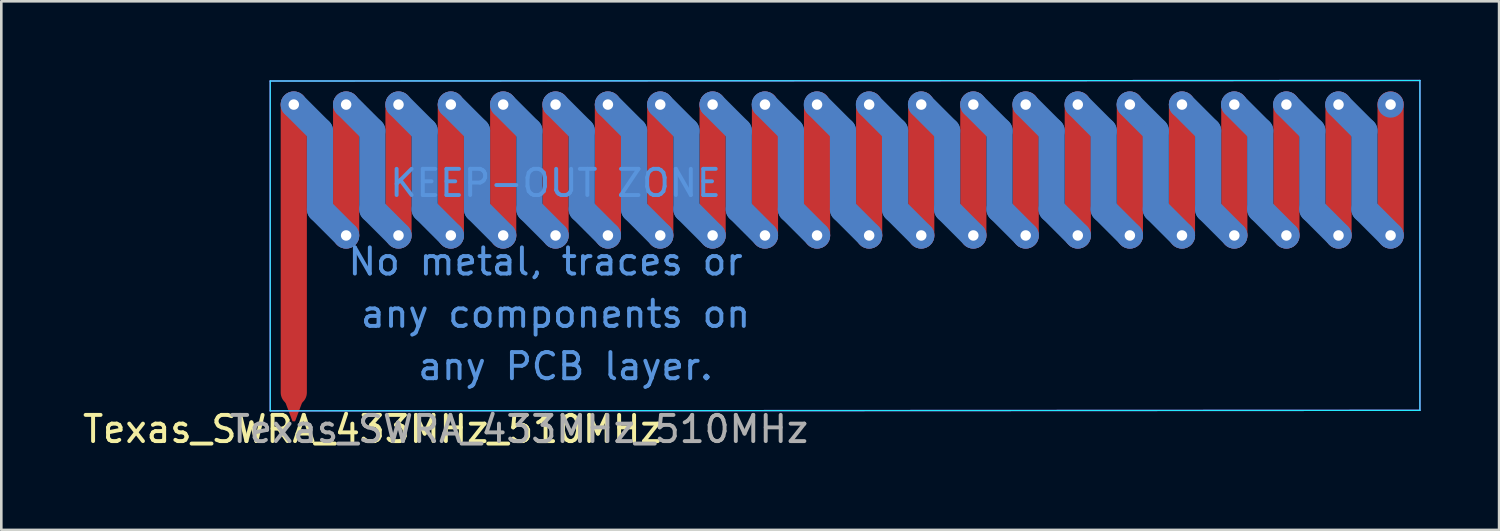
<source format=kicad_pcb>
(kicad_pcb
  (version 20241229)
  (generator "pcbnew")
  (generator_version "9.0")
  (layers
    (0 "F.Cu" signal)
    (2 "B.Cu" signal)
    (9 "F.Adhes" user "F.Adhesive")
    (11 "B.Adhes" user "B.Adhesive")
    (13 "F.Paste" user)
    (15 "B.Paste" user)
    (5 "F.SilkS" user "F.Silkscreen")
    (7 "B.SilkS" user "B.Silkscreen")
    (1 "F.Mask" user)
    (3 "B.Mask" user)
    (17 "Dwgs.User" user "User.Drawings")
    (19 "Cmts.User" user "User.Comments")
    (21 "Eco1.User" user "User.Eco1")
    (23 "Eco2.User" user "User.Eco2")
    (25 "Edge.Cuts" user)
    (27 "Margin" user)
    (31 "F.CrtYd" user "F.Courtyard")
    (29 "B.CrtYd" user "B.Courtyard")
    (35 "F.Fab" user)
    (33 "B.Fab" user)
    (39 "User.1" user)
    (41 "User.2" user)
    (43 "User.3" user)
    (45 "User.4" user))
  (footprint "Texas_SWRA_433MHz_510MHz"
    (layer "F.Cu")
    (at 17.173 6.745)
    (property "Reference" "Texas_SWRA_433MHz_510MHz" (at -6 6.6 0) (layer "F.SilkS") (effects (font (size 1 1) (thickness 0.15))))
    (attr smd)
    (fp_line (start -9 5.2) (end -9 -5.8) (stroke (width 1) (type solid)) (layer "F.Cu"))
    (fp_line (start -7 -5.8) (end -7 -0.8) (stroke (width 1) (type solid)) (layer "F.Cu"))
    (fp_line (start -5 -5.8) (end -5 -0.8) (stroke (width 1) (type solid)) (layer "F.Cu"))
    (fp_line (start -3 -5.8) (end -3 -0.8) (stroke (width 1) (type solid)) (layer "F.Cu"))
    (fp_line (start -1 -5.8) (end -1 -0.8) (stroke (width 1) (type solid)) (layer "F.Cu"))
    (fp_line (start 1 -5.8) (end 1 -0.8) (stroke (width 1) (type solid)) (layer "F.Cu"))
    (fp_line (start 3 -5.8) (end 3 -0.8) (stroke (width 1) (type solid)) (layer "F.Cu"))
    (fp_line (start 5 -5.8) (end 5 -0.8) (stroke (width 1) (type solid)) (layer "F.Cu"))
    (fp_line (start 7 -5.8) (end 7 -0.8) (stroke (width 1) (type solid)) (layer "F.Cu"))
    (fp_line (start 9 -5.8) (end 9 -0.8) (stroke (width 1) (type solid)) (layer "F.Cu"))
    (fp_line (start 10.99 -5.8) (end 10.99 -0.8) (stroke (width 1) (type solid)) (layer "F.Cu"))
    (fp_line (start 12.98 -5.8) (end 12.98 -0.8) (stroke (width 1) (type solid)) (layer "F.Cu"))
    (fp_line (start 14.97 -5.8) (end 14.97 -0.8) (stroke (width 1) (type solid)) (layer "F.Cu"))
    (fp_line (start 16.96 -5.8) (end 16.96 -0.8) (stroke (width 1) (type solid)) (layer "F.Cu"))
    (fp_line (start 18.96 -5.8) (end 18.96 -0.8) (stroke (width 1) (type solid)) (layer "F.Cu"))
    (fp_line (start 20.95 -5.8) (end 20.95 -0.8) (stroke (width 1) (type solid)) (layer "F.Cu"))
    (fp_line (start 22.94 -5.8) (end 22.94 -0.8) (stroke (width 1) (type solid)) (layer "F.Cu"))
    (fp_line (start 24.93 -5.8) (end 24.93 -0.8) (stroke (width 1) (type solid)) (layer "F.Cu"))
    (fp_line (start 26.93 -5.8) (end 26.93 -0.8) (stroke (width 1) (type solid)) (layer "F.Cu"))
    (fp_line (start 28.92 -5.8) (end 28.92 -0.8) (stroke (width 1) (type solid)) (layer "F.Cu"))
    (fp_line (start 30.91 -5.8) (end 30.91 -0.8) (stroke (width 1) (type solid)) (layer "F.Cu"))
    (fp_line (start 32.9 -5.8) (end 32.9 -0.8) (stroke (width 1) (type solid)) (layer "F.Cu"))
    (fp_line (start -9 -5.8) (end -8 -4.8) (stroke (width 1) (type solid)) (layer "B.Cu"))
    (fp_line (start -8 -4.8) (end -8 -1.8) (stroke (width 1) (type solid)) (layer "B.Cu"))
    (fp_line (start -8 -1.8) (end -7 -0.8) (stroke (width 1) (type solid)) (layer "B.Cu"))
    (fp_line (start -7 -5.8) (end -6 -4.8) (stroke (width 1) (type solid)) (layer "B.Cu"))
    (fp_line (start -6 -4.8) (end -6 -1.8) (stroke (width 1) (type solid)) (layer "B.Cu"))
    (fp_line (start -6 -1.8) (end -5 -0.8) (stroke (width 1) (type solid)) (layer "B.Cu"))
    (fp_line (start -5 -5.8) (end -4 -4.8) (stroke (width 1) (type solid)) (layer "B.Cu"))
    (fp_line (start -4 -4.8) (end -4 -1.8) (stroke (width 1) (type solid)) (layer "B.Cu"))
    (fp_line (start -4 -1.8) (end -3 -0.8) (stroke (width 1) (type solid)) (layer "B.Cu"))
    (fp_line (start -3 -5.8) (end -2 -4.8) (stroke (width 1) (type solid)) (layer "B.Cu"))
    (fp_line (start -2 -4.8) (end -2 -1.8) (stroke (width 1) (type solid)) (layer "B.Cu"))
    (fp_line (start -2 -1.8) (end -1 -0.8) (stroke (width 1) (type solid)) (layer "B.Cu"))
    (fp_line (start -1 -5.8) (end 0 -4.8) (stroke (width 1) (type solid)) (layer "B.Cu"))
    (fp_line (start 0 -4.8) (end 0 -1.8) (stroke (width 1) (type solid)) (layer "B.Cu"))
    (fp_line (start 0 -1.8) (end 1 -0.8) (stroke (width 1) (type solid)) (layer "B.Cu"))
    (fp_line (start 1 -5.8) (end 2 -4.8) (stroke (width 1) (type solid)) (layer "B.Cu"))
    (fp_line (start 2 -4.8) (end 2 -1.8) (stroke (width 1) (type solid)) (layer "B.Cu"))
    (fp_line (start 2 -1.8) (end 3 -0.8) (stroke (width 1) (type solid)) (layer "B.Cu"))
    (fp_line (start 3 -5.8) (end 4 -4.8) (stroke (width 1) (type solid)) (layer "B.Cu"))
    (fp_line (start 4 -4.8) (end 4 -1.8) (stroke (width 1) (type solid)) (layer "B.Cu"))
    (fp_line (start 4 -1.8) (end 5 -0.8) (stroke (width 1) (type solid)) (layer "B.Cu"))
    (fp_line (start 5 -5.8) (end 6 -4.8) (stroke (width 1) (type solid)) (layer "B.Cu"))
    (fp_line (start 6 -4.8) (end 6 -1.8) (stroke (width 1) (type solid)) (layer "B.Cu"))
    (fp_line (start 6 -1.8) (end 7 -0.8) (stroke (width 1) (type solid)) (layer "B.Cu"))
    (fp_line (start 7 -5.8) (end 8 -4.8) (stroke (width 1) (type solid)) (layer "B.Cu"))
    (fp_line (start 8 -4.8) (end 8 -1.8) (stroke (width 1) (type solid)) (layer "B.Cu"))
    (fp_line (start 8 -1.8) (end 9 -0.8) (stroke (width 1) (type solid)) (layer "B.Cu"))
    (fp_line (start 8.99 -5.8) (end 9.99 -4.8) (stroke (width 1) (type solid)) (layer "B.Cu"))
    (fp_line (start 9.99 -4.8) (end 9.99 -1.8) (stroke (width 1) (type solid)) (layer "B.Cu"))
    (fp_line (start 9.99 -1.8) (end 10.99 -0.8) (stroke (width 1) (type solid)) (layer "B.Cu"))
    (fp_line (start 10.98 -5.8) (end 11.98 -4.8) (stroke (width 1) (type solid)) (layer "B.Cu"))
    (fp_line (start 11.98 -4.8) (end 11.98 -1.8) (stroke (width 1) (type solid)) (layer "B.Cu"))
    (fp_line (start 11.98 -1.8) (end 12.98 -0.8) (stroke (width 1) (type solid)) (layer "B.Cu"))
    (fp_line (start 12.97 -5.8) (end 13.97 -4.8) (stroke (width 1) (type solid)) (layer "B.Cu"))
    (fp_line (start 13.97 -4.8) (end 13.97 -1.8) (stroke (width 1) (type solid)) (layer "B.Cu"))
    (fp_line (start 13.97 -1.8) (end 14.97 -0.8) (stroke (width 1) (type solid)) (layer "B.Cu"))
    (fp_line (start 14.96 -5.8) (end 15.96 -4.8) (stroke (width 1) (type solid)) (layer "B.Cu"))
    (fp_line (start 15.96 -4.8) (end 15.96 -1.8) (stroke (width 1) (type solid)) (layer "B.Cu"))
    (fp_line (start 15.96 -1.8) (end 16.96 -0.8) (stroke (width 1) (type solid)) (layer "B.Cu"))
    (fp_line (start 16.96 -5.8) (end 17.96 -4.8) (stroke (width 1) (type solid)) (layer "B.Cu"))
    (fp_line (start 17.96 -4.8) (end 17.96 -1.8) (stroke (width 1) (type solid)) (layer "B.Cu"))
    (fp_line (start 17.96 -1.8) (end 18.96 -0.8) (stroke (width 1) (type solid)) (layer "B.Cu"))
    (fp_line (start 18.95 -5.8) (end 19.95 -4.8) (stroke (width 1) (type solid)) (layer "B.Cu"))
    (fp_line (start 19.95 -4.8) (end 19.95 -1.8) (stroke (width 1) (type solid)) (layer "B.Cu"))
    (fp_line (start 19.95 -1.8) (end 20.95 -0.8) (stroke (width 1) (type solid)) (layer "B.Cu"))
    (fp_line (start 20.94 -5.8) (end 21.94 -4.8) (stroke (width 1) (type solid)) (layer "B.Cu"))
    (fp_line (start 21.94 -4.8) (end 21.94 -1.8) (stroke (width 1) (type solid)) (layer "B.Cu"))
    (fp_line (start 21.94 -1.8) (end 22.94 -0.8) (stroke (width 1) (type solid)) (layer "B.Cu"))
    (fp_line (start 22.93 -5.8) (end 23.93 -4.8) (stroke (width 1) (type solid)) (layer "B.Cu"))
    (fp_line (start 23.93 -4.8) (end 23.93 -1.8) (stroke (width 1) (type solid)) (layer "B.Cu"))
    (fp_line (start 23.93 -1.8) (end 24.93 -0.8) (stroke (width 1) (type solid)) (layer "B.Cu"))
    (fp_line (start 24.93 -5.8) (end 25.93 -4.8) (stroke (width 1) (type solid)) (layer "B.Cu"))
    (fp_line (start 25.93 -4.8) (end 25.93 -1.8) (stroke (width 1) (type solid)) (layer "B.Cu"))
    (fp_line (start 25.93 -1.8) (end 26.93 -0.8) (stroke (width 1) (type solid)) (layer "B.Cu"))
    (fp_line (start 26.92 -5.8) (end 27.92 -4.8) (stroke (width 1) (type solid)) (layer "B.Cu"))
    (fp_line (start 27.92 -4.8) (end 27.92 -1.8) (stroke (width 1) (type solid)) (layer "B.Cu"))
    (fp_line (start 27.92 -1.8) (end 28.92 -0.8) (stroke (width 1) (type solid)) (layer "B.Cu"))
    (fp_line (start 28.91 -5.8) (end 29.91 -4.8) (stroke (width 1) (type solid)) (layer "B.Cu"))
    (fp_line (start 29.91 -4.8) (end 29.91 -1.8) (stroke (width 1) (type solid)) (layer "B.Cu"))
    (fp_line (start 29.91 -1.8) (end 30.91 -0.8) (stroke (width 1) (type solid)) (layer "B.Cu"))
    (fp_line (start 30.9 -5.8) (end 31.9 -4.8) (stroke (width 1) (type solid)) (layer "B.Cu"))
    (fp_line (start 31.9 -4.8) (end 31.9 -1.8) (stroke (width 1) (type solid)) (layer "B.Cu"))
    (fp_line (start 31.9 -1.8) (end 32.9 -0.8) (stroke (width 1) (type solid)) (layer "B.Cu"))
    (fp_line (start -9.9 -6.7) (end -9.9 5.9) (stroke (width 0.05) (type solid)) (layer "B.CrtYd"))
    (fp_line (start -9.9 5.9) (end 34.02 5.88) (stroke (width 0.05) (type solid)) (layer "B.CrtYd"))
    (fp_line (start 34.02 -6.72) (end -9.9 -6.7) (stroke (width 0.05) (type solid)) (layer "B.CrtYd"))
    (fp_line (start 34.02 5.88) (end 34.02 -6.72) (stroke (width 0.05) (type solid)) (layer "B.CrtYd"))
    (fp_line (start -9.9 -6.7) (end -9.9 5.9) (stroke (width 0.05) (type solid)) (layer "F.CrtYd"))
    (fp_line (start -9.9 5.9) (end 34.02 5.88) (stroke (width 0.05) (type solid)) (layer "F.CrtYd"))
    (fp_line (start 34.02 -6.72) (end -9.9 -6.7) (stroke (width 0.05) (type solid)) (layer "F.CrtYd"))
    (fp_line (start 34.02 5.88) (end 34.02 -6.72) (stroke (width 0.05) (type solid)) (layer "F.CrtYd"))
    (fp_text user "any components on" (at 1 2.2 0) (layer "Cmts.User") (effects (font (size 1 1) (thickness 0.15))))
    (fp_text user "KEEP-OUT ZONE" (at 1 -2.8 0) (layer "Cmts.User") (effects (font (size 1 1) (thickness 0.15))))
    (fp_text user "No metal, traces or " (at 1 0.2 0) (layer "Cmts.User") (effects (font (size 1 1) (thickness 0.15))))
    (fp_text user " any PCB layer." (at 1 4.2 0) (layer "Cmts.User") (effects (font (size 1 1) (thickness 0.15))))
    (fp_text user "${REFERENCE}" (at -0.4 6.6 0) (layer "F.Fab") (effects (font (size 1 1) (thickness 0.15))))
    (pad "" thru_hole circle (at -9 -5.8 180) (size 1 1) (drill 0.4) (layers "*.Cu"))
    (pad "" thru_hole circle (at -7 -5.8 180) (size 1 1) (drill 0.4) (layers "*.Cu"))
    (pad "" thru_hole circle (at -7 -0.8 180) (size 1 1) (drill 0.4) (layers "*.Cu"))
    (pad "" thru_hole circle (at -5 -5.8 180) (size 1 1) (drill 0.4) (layers "*.Cu"))
    (pad "" thru_hole circle (at -5 -0.8 180) (size 1 1) (drill 0.4) (layers "*.Cu"))
    (pad "" thru_hole circle (at -3 -5.8 180) (size 1 1) (drill 0.4) (layers "*.Cu"))
    (pad "" thru_hole circle (at -3 -0.8 180) (size 1 1) (drill 0.4) (layers "*.Cu"))
    (pad "" thru_hole circle (at -1 -5.8 180) (size 1 1) (drill 0.4) (layers "*.Cu"))
    (pad "" thru_hole circle (at -1 -0.8 180) (size 1 1) (drill 0.4) (layers "*.Cu"))
    (pad "" thru_hole circle (at 1 -5.8 180) (size 1 1) (drill 0.4) (layers "*.Cu"))
    (pad "" thru_hole circle (at 1 -0.8 180) (size 1 1) (drill 0.4) (layers "*.Cu"))
    (pad "" thru_hole circle (at 3 -5.8 180) (size 1 1) (drill 0.4) (layers "*.Cu"))
    (pad "" thru_hole circle (at 3 -0.8 180) (size 1 1) (drill 0.4) (layers "*.Cu"))
    (pad "" thru_hole circle (at 5 -5.8 180) (size 1 1) (drill 0.4) (layers "*.Cu"))
    (pad "" thru_hole circle (at 5 -0.8 180) (size 1 1) (drill 0.4) (layers "*.Cu"))
    (pad "" thru_hole circle (at 7 -5.8 180) (size 1 1) (drill 0.4) (layers "*.Cu"))
    (pad "" thru_hole circle (at 7 -0.8 180) (size 1 1) (drill 0.4) (layers "*.Cu"))
    (pad "" thru_hole circle (at 9 -5.8 180) (size 1 1) (drill 0.4) (layers "*.Cu"))
    (pad "" thru_hole circle (at 9 -0.8 180) (size 1 1) (drill 0.4) (layers "*.Cu"))
    (pad "" thru_hole circle (at 10.99 -5.8 180) (size 1 1) (drill 0.4) (layers "*.Cu"))
    (pad "" thru_hole circle (at 10.99 -0.8 180) (size 1 1) (drill 0.4) (layers "*.Cu"))
    (pad "" thru_hole circle (at 12.98 -5.8 180) (size 1 1) (drill 0.4) (layers "*.Cu"))
    (pad "" thru_hole circle (at 12.98 -0.8 180) (size 1 1) (drill 0.4) (layers "*.Cu"))
    (pad "" thru_hole circle (at 14.97 -5.8 180) (size 1 1) (drill 0.4) (layers "*.Cu"))
    (pad "" thru_hole circle (at 14.97 -0.8 180) (size 1 1) (drill 0.4) (layers "*.Cu"))
    (pad "" thru_hole circle (at 16.96 -5.8 180) (size 1 1) (drill 0.4) (layers "*.Cu"))
    (pad "" thru_hole circle (at 16.96 -0.8 180) (size 1 1) (drill 0.4) (layers "*.Cu"))
    (pad "" thru_hole circle (at 18.96 -5.8 180) (size 1 1) (drill 0.4) (layers "*.Cu"))
    (pad "" thru_hole circle (at 18.96 -0.8 180) (size 1 1) (drill 0.4) (layers "*.Cu"))
    (pad "" thru_hole circle (at 20.95 -5.8 180) (size 1 1) (drill 0.4) (layers "*.Cu"))
    (pad "" thru_hole circle (at 20.95 -0.8 180) (size 1 1) (drill 0.4) (layers "*.Cu"))
    (pad "" thru_hole circle (at 22.94 -5.8 180) (size 1 1) (drill 0.4) (layers "*.Cu"))
    (pad "" thru_hole circle (at 22.94 -0.8 180) (size 1 1) (drill 0.4) (layers "*.Cu"))
    (pad "" thru_hole circle (at 24.93 -5.8 180) (size 1 1) (drill 0.4) (layers "*.Cu"))
    (pad "" thru_hole circle (at 24.93 -0.8 180) (size 1 1) (drill 0.4) (layers "*.Cu"))
    (pad "" thru_hole circle (at 26.93 -5.8 180) (size 1 1) (drill 0.4) (layers "*.Cu"))
    (pad "" thru_hole circle (at 26.93 -0.8 180) (size 1 1) (drill 0.4) (layers "*.Cu"))
    (pad "" thru_hole circle (at 28.92 -5.8 180) (size 1 1) (drill 0.4) (layers "*.Cu"))
    (pad "" thru_hole circle (at 28.92 -0.8 180) (size 1 1) (drill 0.4) (layers "*.Cu"))
    (pad "" thru_hole circle (at 30.91 -5.8 180) (size 1 1) (drill 0.4) (layers "*.Cu"))
    (pad "" thru_hole circle (at 30.91 -0.8 180) (size 1 1) (drill 0.4) (layers "*.Cu"))
    (pad "" thru_hole circle (at 32.9 -5.8 180) (size 1 1) (drill 0.4) (layers "*.Cu"))
    (pad "" thru_hole circle (at 32.9 -0.8 180) (size 1 1) (drill 0.4) (layers "*.Cu"))
    (pad "1" smd trapezoid (at -9 5.9 180) (size 0.4 0.8) (rect_delta 0 0.3) (layers "F.Cu"))
    (zone (net_name "") (layer "F.Cu") (hatch full 0.508) (connect_pads) (min_thickness 0.254) (filled_areas_thickness no) (keepout (tracks allowed) (vias allowed) (pads allowed) (copperpour not_allowed) (footprints not_allowed)) (placement (enabled no)) (fill) (polygon (pts (xy 7.473 12.465) (xy 50.993 12.445) (xy 50.993 0.245) (xy 7.473 0.265)))))
  (gr_rect
    (start -3 -3)
    (end 54.218 17.193)
    (stroke (width 0.1) (type default))
    (fill no)
    (layer "Edge.Cuts")))
</source>
